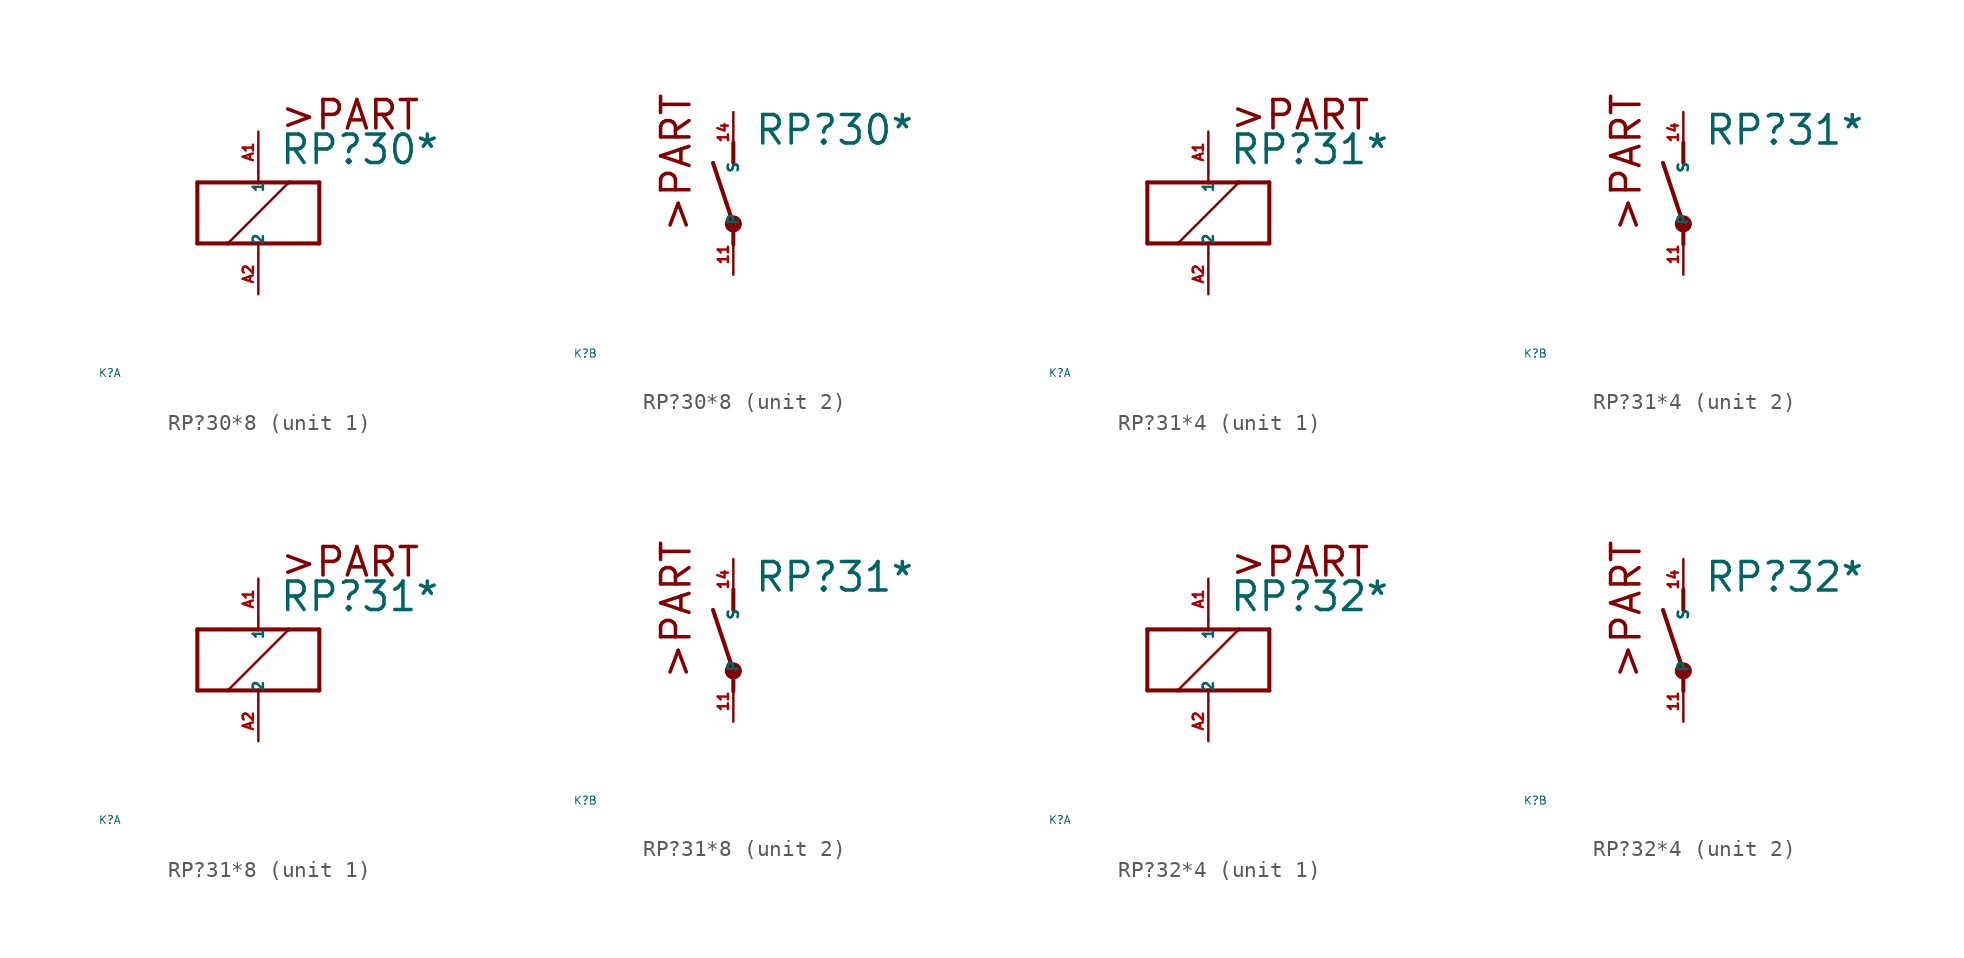
<source format=kicad_sym>
(kicad_symbol_lib
  (version 20220914)
  (generator Eagle2Kicad)
  (symbol "RP?30*8"
    (property "Reference" "K"
      (at -10 -10 0)
      (effects (font (size 0.5 0.5) (thickness 0.06)) (justify left)))
    (property "Value" "RP?30*"
      (at 1.27 2.921 0)
      (effects (font (size 1.778 1.778) (thickness 0.22)) (justify left bottom)))
    (symbol "RP?30*8_1_0"
      (polyline (pts (xy -3.81 -1.905) (xy -1.905 -1.905)) (stroke (width 0.254) (type default)) (fill (type none)))
      (polyline (pts (xy 3.81 -1.905) (xy 3.81 1.905)) (stroke (width 0.254) (type default)) (fill (type none)))
      (polyline (pts (xy 3.81 1.905) (xy 1.905 1.905)) (stroke (width 0.254) (type default)) (fill (type none)))
      (polyline (pts (xy -3.81 1.905) (xy -3.81 -1.905)) (stroke (width 0.254) (type default)) (fill (type none)))
      (polyline (pts (xy 0 -2.54) (xy 0 -1.905)) (stroke (width 0.152) (type default)) (fill (type none)))
      (polyline (pts (xy 0 -1.905) (xy 3.81 -1.905)) (stroke (width 0.254) (type default)) (fill (type none)))
      (polyline (pts (xy 0 2.54) (xy 0 1.905)) (stroke (width 0.152) (type default)) (fill (type none)))
      (polyline (pts (xy 0 1.905) (xy -3.81 1.905)) (stroke (width 0.254) (type default)) (fill (type none)))
      (polyline (pts (xy -1.905 -1.905) (xy 1.905 1.905)) (stroke (width 0.152) (type default)) (fill (type none)))
      (polyline (pts (xy -1.905 -1.905) (xy 0 -1.905)) (stroke (width 0.254) (type default)) (fill (type none)))
      (polyline (pts (xy 1.905 1.905) (xy 0 1.905)) (stroke (width 0.254) (type default)) (fill (type none)))
      (text ">PART" (at 1.27 5.08 0) (effects (font (size 1.778 1.778) (thickness 0.22)) (justify left bottom)))
      (pin passive line (at 0 -5.08 90) (length 2.54) (name "2" (effects (font (size 0.635 0.635) (thickness 0.08)) (justify left bottom))) (number "A2" (effects (font (size 0.635 0.635) (thickness 0.08)) (justify left bottom))))
      (pin passive line (at 0 5.08 270) (length 2.54) (name "1" (effects (font (size 0.635 0.635) (thickness 0.08)) (justify left bottom))) (number "A1" (effects (font (size 0.635 0.635) (thickness 0.08)) (justify left bottom)))))
    (symbol "RP?30*8_2_0"
      (polyline (pts (xy 0 3.175) (xy 0 1.905)) (stroke (width 0.254) (type default)) (fill (type none)))
      (polyline (pts (xy 0 -3.175) (xy 0 -1.905)) (stroke (width 0.254) (type default)) (fill (type none)))
      (polyline (pts (xy 0 -1.905) (xy -1.27 1.905)) (stroke (width 0.254) (type default)) (fill (type none)))
      (text ">PART" (at -2.54 -2.54 900) (effects (font (size 1.778 1.778) (thickness 0.22)) (justify left bottom)))
      (circle (center 0 -1.905) (radius 0.127) (stroke (width 0.406) (type default)) (fill (type none)))
      (pin passive line (at 0 -5.08 90) (length 2.54) (name "P" (effects (font (size 0.635 0.635) (thickness 0.08)) (justify left bottom))) (number "11" (effects (font (size 0.635 0.635) (thickness 0.08)) (justify left bottom))))
      (pin passive line (at 0 5.08 270) (length 2.54) (name "S" (effects (font (size 0.635 0.635) (thickness 0.08)) (justify left bottom))) (number "14" (effects (font (size 0.635 0.635) (thickness 0.08)) (justify left bottom))))))
  (symbol "RP?31*4"
    (property "Reference" "K"
      (at -10 -10 0)
      (effects (font (size 0.5 0.5) (thickness 0.06)) (justify left)))
    (property "Value" "RP?31*"
      (at 1.27 2.921 0)
      (effects (font (size 1.778 1.778) (thickness 0.22)) (justify left bottom)))
    (symbol "RP?31*4_1_0"
      (polyline (pts (xy -3.81 -1.905) (xy -1.905 -1.905)) (stroke (width 0.254) (type default)) (fill (type none)))
      (polyline (pts (xy 3.81 -1.905) (xy 3.81 1.905)) (stroke (width 0.254) (type default)) (fill (type none)))
      (polyline (pts (xy 3.81 1.905) (xy 1.905 1.905)) (stroke (width 0.254) (type default)) (fill (type none)))
      (polyline (pts (xy -3.81 1.905) (xy -3.81 -1.905)) (stroke (width 0.254) (type default)) (fill (type none)))
      (polyline (pts (xy 0 -2.54) (xy 0 -1.905)) (stroke (width 0.152) (type default)) (fill (type none)))
      (polyline (pts (xy 0 -1.905) (xy 3.81 -1.905)) (stroke (width 0.254) (type default)) (fill (type none)))
      (polyline (pts (xy 0 2.54) (xy 0 1.905)) (stroke (width 0.152) (type default)) (fill (type none)))
      (polyline (pts (xy 0 1.905) (xy -3.81 1.905)) (stroke (width 0.254) (type default)) (fill (type none)))
      (polyline (pts (xy -1.905 -1.905) (xy 1.905 1.905)) (stroke (width 0.152) (type default)) (fill (type none)))
      (polyline (pts (xy -1.905 -1.905) (xy 0 -1.905)) (stroke (width 0.254) (type default)) (fill (type none)))
      (polyline (pts (xy 1.905 1.905) (xy 0 1.905)) (stroke (width 0.254) (type default)) (fill (type none)))
      (text ">PART" (at 1.27 5.08 0) (effects (font (size 1.778 1.778) (thickness 0.22)) (justify left bottom)))
      (pin passive line (at 0 -5.08 90) (length 2.54) (name "2" (effects (font (size 0.635 0.635) (thickness 0.08)) (justify left bottom))) (number "A2" (effects (font (size 0.635 0.635) (thickness 0.08)) (justify left bottom))))
      (pin passive line (at 0 5.08 270) (length 2.54) (name "1" (effects (font (size 0.635 0.635) (thickness 0.08)) (justify left bottom))) (number "A1" (effects (font (size 0.635 0.635) (thickness 0.08)) (justify left bottom)))))
    (symbol "RP?31*4_2_0"
      (polyline (pts (xy 0 3.175) (xy 0 1.905)) (stroke (width 0.254) (type default)) (fill (type none)))
      (polyline (pts (xy 0 -3.175) (xy 0 -1.905)) (stroke (width 0.254) (type default)) (fill (type none)))
      (polyline (pts (xy 0 -1.905) (xy -1.27 1.905)) (stroke (width 0.254) (type default)) (fill (type none)))
      (text ">PART" (at -2.54 -2.54 900) (effects (font (size 1.778 1.778) (thickness 0.22)) (justify left bottom)))
      (circle (center 0 -1.905) (radius 0.127) (stroke (width 0.406) (type default)) (fill (type none)))
      (pin passive line (at 0 -5.08 90) (length 2.54) (name "P" (effects (font (size 0.635 0.635) (thickness 0.08)) (justify left bottom))) (number "11" (effects (font (size 0.635 0.635) (thickness 0.08)) (justify left bottom))))
      (pin passive line (at 0 5.08 270) (length 2.54) (name "S" (effects (font (size 0.635 0.635) (thickness 0.08)) (justify left bottom))) (number "14" (effects (font (size 0.635 0.635) (thickness 0.08)) (justify left bottom))))))
  (symbol "RP?31*8"
    (property "Reference" "K"
      (at -10 -10 0)
      (effects (font (size 0.5 0.5) (thickness 0.06)) (justify left)))
    (property "Value" "RP?31*"
      (at 1.27 2.921 0)
      (effects (font (size 1.778 1.778) (thickness 0.22)) (justify left bottom)))
    (symbol "RP?31*8_1_0"
      (polyline (pts (xy -3.81 -1.905) (xy -1.905 -1.905)) (stroke (width 0.254) (type default)) (fill (type none)))
      (polyline (pts (xy 3.81 -1.905) (xy 3.81 1.905)) (stroke (width 0.254) (type default)) (fill (type none)))
      (polyline (pts (xy 3.81 1.905) (xy 1.905 1.905)) (stroke (width 0.254) (type default)) (fill (type none)))
      (polyline (pts (xy -3.81 1.905) (xy -3.81 -1.905)) (stroke (width 0.254) (type default)) (fill (type none)))
      (polyline (pts (xy 0 -2.54) (xy 0 -1.905)) (stroke (width 0.152) (type default)) (fill (type none)))
      (polyline (pts (xy 0 -1.905) (xy 3.81 -1.905)) (stroke (width 0.254) (type default)) (fill (type none)))
      (polyline (pts (xy 0 2.54) (xy 0 1.905)) (stroke (width 0.152) (type default)) (fill (type none)))
      (polyline (pts (xy 0 1.905) (xy -3.81 1.905)) (stroke (width 0.254) (type default)) (fill (type none)))
      (polyline (pts (xy -1.905 -1.905) (xy 1.905 1.905)) (stroke (width 0.152) (type default)) (fill (type none)))
      (polyline (pts (xy -1.905 -1.905) (xy 0 -1.905)) (stroke (width 0.254) (type default)) (fill (type none)))
      (polyline (pts (xy 1.905 1.905) (xy 0 1.905)) (stroke (width 0.254) (type default)) (fill (type none)))
      (text ">PART" (at 1.27 5.08 0) (effects (font (size 1.778 1.778) (thickness 0.22)) (justify left bottom)))
      (pin passive line (at 0 -5.08 90) (length 2.54) (name "2" (effects (font (size 0.635 0.635) (thickness 0.08)) (justify left bottom))) (number "A2" (effects (font (size 0.635 0.635) (thickness 0.08)) (justify left bottom))))
      (pin passive line (at 0 5.08 270) (length 2.54) (name "1" (effects (font (size 0.635 0.635) (thickness 0.08)) (justify left bottom))) (number "A1" (effects (font (size 0.635 0.635) (thickness 0.08)) (justify left bottom)))))
    (symbol "RP?31*8_2_0"
      (polyline (pts (xy 0 3.175) (xy 0 1.905)) (stroke (width 0.254) (type default)) (fill (type none)))
      (polyline (pts (xy 0 -3.175) (xy 0 -1.905)) (stroke (width 0.254) (type default)) (fill (type none)))
      (polyline (pts (xy 0 -1.905) (xy -1.27 1.905)) (stroke (width 0.254) (type default)) (fill (type none)))
      (text ">PART" (at -2.54 -2.54 900) (effects (font (size 1.778 1.778) (thickness 0.22)) (justify left bottom)))
      (circle (center 0 -1.905) (radius 0.127) (stroke (width 0.406) (type default)) (fill (type none)))
      (pin passive line (at 0 -5.08 90) (length 2.54) (name "P" (effects (font (size 0.635 0.635) (thickness 0.08)) (justify left bottom))) (number "11" (effects (font (size 0.635 0.635) (thickness 0.08)) (justify left bottom))))
      (pin passive line (at 0 5.08 270) (length 2.54) (name "S" (effects (font (size 0.635 0.635) (thickness 0.08)) (justify left bottom))) (number "14" (effects (font (size 0.635 0.635) (thickness 0.08)) (justify left bottom))))))
  (symbol "RP?32*4"
    (property "Reference" "K"
      (at -10 -10 0)
      (effects (font (size 0.5 0.5) (thickness 0.06)) (justify left)))
    (property "Value" "RP?32*"
      (at 1.27 2.921 0)
      (effects (font (size 1.778 1.778) (thickness 0.22)) (justify left bottom)))
    (symbol "RP?32*4_1_0"
      (polyline (pts (xy -3.81 -1.905) (xy -1.905 -1.905)) (stroke (width 0.254) (type default)) (fill (type none)))
      (polyline (pts (xy 3.81 -1.905) (xy 3.81 1.905)) (stroke (width 0.254) (type default)) (fill (type none)))
      (polyline (pts (xy 3.81 1.905) (xy 1.905 1.905)) (stroke (width 0.254) (type default)) (fill (type none)))
      (polyline (pts (xy -3.81 1.905) (xy -3.81 -1.905)) (stroke (width 0.254) (type default)) (fill (type none)))
      (polyline (pts (xy 0 -2.54) (xy 0 -1.905)) (stroke (width 0.152) (type default)) (fill (type none)))
      (polyline (pts (xy 0 -1.905) (xy 3.81 -1.905)) (stroke (width 0.254) (type default)) (fill (type none)))
      (polyline (pts (xy 0 2.54) (xy 0 1.905)) (stroke (width 0.152) (type default)) (fill (type none)))
      (polyline (pts (xy 0 1.905) (xy -3.81 1.905)) (stroke (width 0.254) (type default)) (fill (type none)))
      (polyline (pts (xy -1.905 -1.905) (xy 1.905 1.905)) (stroke (width 0.152) (type default)) (fill (type none)))
      (polyline (pts (xy -1.905 -1.905) (xy 0 -1.905)) (stroke (width 0.254) (type default)) (fill (type none)))
      (polyline (pts (xy 1.905 1.905) (xy 0 1.905)) (stroke (width 0.254) (type default)) (fill (type none)))
      (text ">PART" (at 1.27 5.08 0) (effects (font (size 1.778 1.778) (thickness 0.22)) (justify left bottom)))
      (pin passive line (at 0 -5.08 90) (length 2.54) (name "2" (effects (font (size 0.635 0.635) (thickness 0.08)) (justify left bottom))) (number "A2" (effects (font (size 0.635 0.635) (thickness 0.08)) (justify left bottom))))
      (pin passive line (at 0 5.08 270) (length 2.54) (name "1" (effects (font (size 0.635 0.635) (thickness 0.08)) (justify left bottom))) (number "A1" (effects (font (size 0.635 0.635) (thickness 0.08)) (justify left bottom)))))
    (symbol "RP?32*4_2_0"
      (polyline (pts (xy 0 3.175) (xy 0 1.905)) (stroke (width 0.254) (type default)) (fill (type none)))
      (polyline (pts (xy 0 -3.175) (xy 0 -1.905)) (stroke (width 0.254) (type default)) (fill (type none)))
      (polyline (pts (xy 0 -1.905) (xy -1.27 1.905)) (stroke (width 0.254) (type default)) (fill (type none)))
      (text ">PART" (at -2.54 -2.54 900) (effects (font (size 1.778 1.778) (thickness 0.22)) (justify left bottom)))
      (circle (center 0 -1.905) (radius 0.127) (stroke (width 0.406) (type default)) (fill (type none)))
      (pin passive line (at 0 -5.08 90) (length 2.54) (name "P" (effects (font (size 0.635 0.635) (thickness 0.08)) (justify left bottom))) (number "11" (effects (font (size 0.635 0.635) (thickness 0.08)) (justify left bottom))))
      (pin passive line (at 0 5.08 270) (length 2.54) (name "S" (effects (font (size 0.635 0.635) (thickness 0.08)) (justify left bottom))) (number "14" (effects (font (size 0.635 0.635) (thickness 0.08)) (justify left bottom)))))))
</source>
